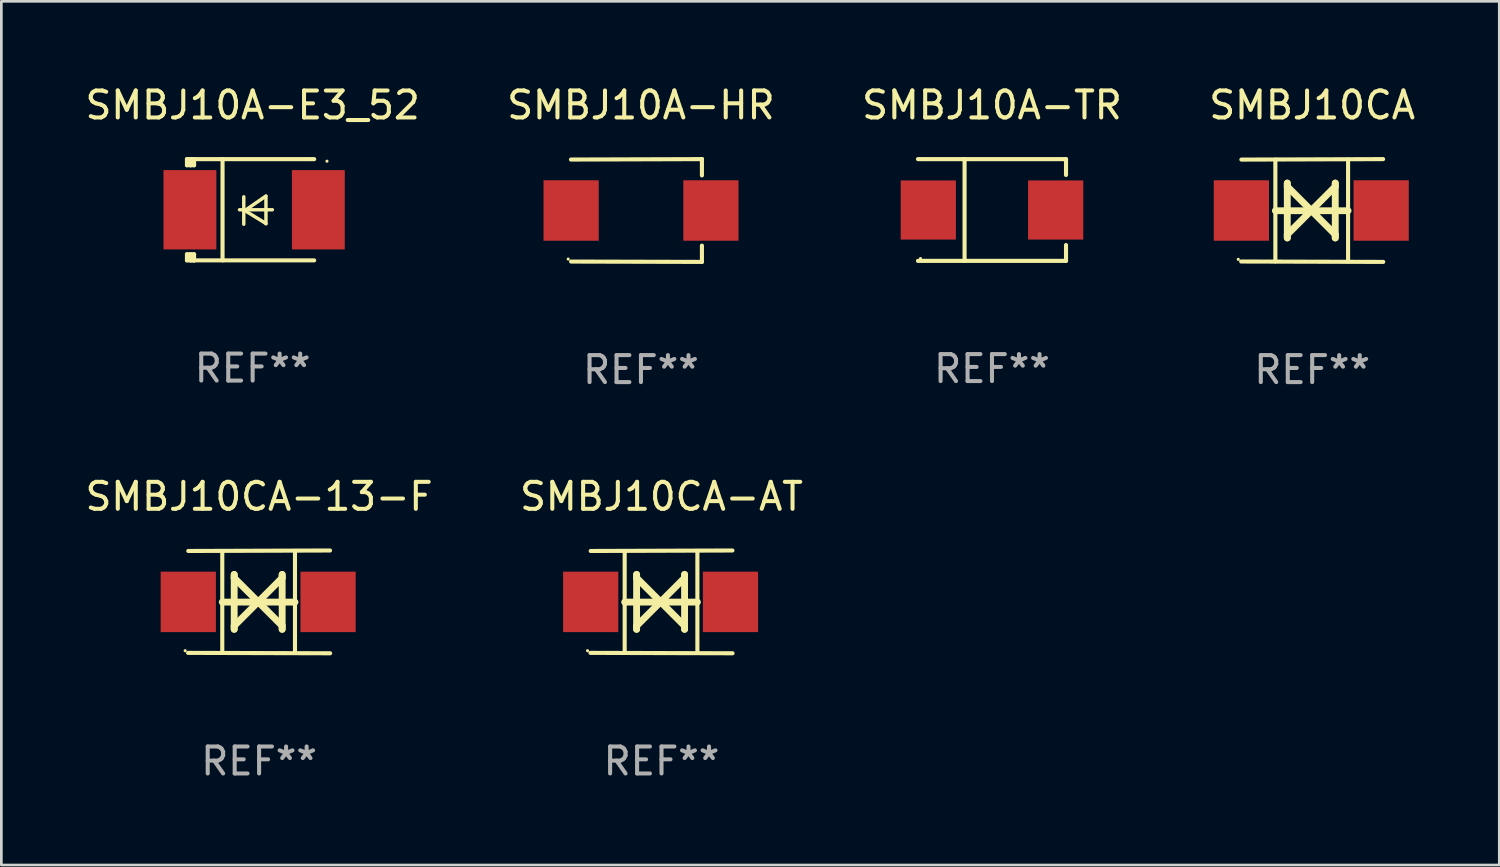
<source format=kicad_pcb>
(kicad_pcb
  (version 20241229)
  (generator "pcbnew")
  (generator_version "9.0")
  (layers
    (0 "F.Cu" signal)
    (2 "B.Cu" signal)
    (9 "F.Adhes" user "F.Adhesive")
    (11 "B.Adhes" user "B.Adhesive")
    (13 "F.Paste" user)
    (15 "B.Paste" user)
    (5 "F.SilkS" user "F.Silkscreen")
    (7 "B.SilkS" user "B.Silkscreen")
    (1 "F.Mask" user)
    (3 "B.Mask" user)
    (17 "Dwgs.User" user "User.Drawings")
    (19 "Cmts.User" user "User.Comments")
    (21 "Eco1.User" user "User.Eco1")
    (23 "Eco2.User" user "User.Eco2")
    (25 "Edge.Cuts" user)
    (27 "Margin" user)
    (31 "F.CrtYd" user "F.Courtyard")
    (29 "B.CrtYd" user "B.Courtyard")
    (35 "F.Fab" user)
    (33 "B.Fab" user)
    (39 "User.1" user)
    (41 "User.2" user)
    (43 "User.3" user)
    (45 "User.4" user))
  (footprint "SMBJ10CA"
    (layer "F.Cu")
    (at 45.589 4.753)
    (property "Reference" "SMBJ10CA" (at 0 -3.905 0) (layer "F.SilkS") (effects (font (size 1 1) (thickness 0.15))))
    (attr through_hole)
    (fp_line (start -1.365 1.886) (end -1.365 -1.886) (stroke (width 0.152) (type solid)) (layer "F.SilkS"))
    (fp_line (start -1.365 0.008) (end 1.33 0.008) (stroke (width 0.254) (type solid)) (layer "F.SilkS"))
    (fp_line (start -0.923 -1.016) (end -0.923 1.016) (stroke (width 0.254) (type solid)) (layer "F.SilkS"))
    (fp_line (start -0.923 -0.889) (end -0.923 -1.016) (stroke (width 0.254) (type solid)) (layer "F.SilkS"))
    (fp_line (start -0.923 0.889) (end -0.034 0) (stroke (width 0.254) (type solid)) (layer "F.SilkS"))
    (fp_line (start -0.923 1.016) (end -0.923 0.889) (stroke (width 0.254) (type solid)) (layer "F.SilkS"))
    (fp_line (start -0.034 0) (end -0.923 -0.889) (stroke (width 0.254) (type solid)) (layer "F.SilkS"))
    (fp_line (start -0.034 0) (end 0.855 0.889) (stroke (width 0.254) (type solid)) (layer "F.SilkS"))
    (fp_line (start 0.855 -1.016) (end 0.855 -0.889) (stroke (width 0.254) (type solid)) (layer "F.SilkS"))
    (fp_line (start 0.855 -0.889) (end -0.034 0) (stroke (width 0.254) (type solid)) (layer "F.SilkS"))
    (fp_line (start 0.855 0.889) (end 0.855 1.016) (stroke (width 0.254) (type solid)) (layer "F.SilkS"))
    (fp_line (start 0.855 1.016) (end 0.855 -1.016) (stroke (width 0.254) (type solid)) (layer "F.SilkS"))
    (fp_line (start 1.33 1.886) (end 1.33 -1.886) (stroke (width 0.152) (type solid)) (layer "F.SilkS"))
    (fp_line (start 2.629 -1.905) (end -2.625 -1.887) (stroke (width 0.152) (type solid)) (layer "F.SilkS"))
    (fp_line (start 2.633 1.905) (end -2.633 1.89) (stroke (width 0.152) (type solid)) (layer "F.SilkS"))
    (fp_circle (center -2.741 1.81) (end -2.711 1.81) (stroke (width 0.06) (type solid)) (fill no) (layer "F.SilkS"))
    (fp_text user "REF**" (at 0 5.905 0) (layer "F.Fab") (effects (font (size 1 1) (thickness 0.15))))
    (pad "1" smd rect (at -2.625 0) (size 2.047 2.241) (layers "F.Cu" "F.Mask" "F.Paste"))
    (pad "2" smd rect (at 2.557 0) (size 2.047 2.241) (layers "F.Cu" "F.Mask" "F.Paste")))
  (footprint "SMBJ10CA-13-F"
    (layer "F.Cu")
    (at 6.554 19.26)
    (property "Reference" "SMBJ10CA-13-F" (at 0 -3.905 0) (layer "F.SilkS") (effects (font (size 1 1) (thickness 0.15))))
    (attr through_hole)
    (fp_line (start -1.365 1.886) (end -1.365 -1.886) (stroke (width 0.152) (type solid)) (layer "F.SilkS"))
    (fp_line (start -1.365 0.008) (end 1.33 0.008) (stroke (width 0.254) (type solid)) (layer "F.SilkS"))
    (fp_line (start -0.923 -1.016) (end -0.923 1.016) (stroke (width 0.254) (type solid)) (layer "F.SilkS"))
    (fp_line (start -0.923 -0.889) (end -0.923 -1.016) (stroke (width 0.254) (type solid)) (layer "F.SilkS"))
    (fp_line (start -0.923 0.889) (end -0.034 0) (stroke (width 0.254) (type solid)) (layer "F.SilkS"))
    (fp_line (start -0.923 1.016) (end -0.923 0.889) (stroke (width 0.254) (type solid)) (layer "F.SilkS"))
    (fp_line (start -0.034 0) (end -0.923 -0.889) (stroke (width 0.254) (type solid)) (layer "F.SilkS"))
    (fp_line (start -0.034 0) (end 0.855 0.889) (stroke (width 0.254) (type solid)) (layer "F.SilkS"))
    (fp_line (start 0.855 -1.016) (end 0.855 -0.889) (stroke (width 0.254) (type solid)) (layer "F.SilkS"))
    (fp_line (start 0.855 -0.889) (end -0.034 0) (stroke (width 0.254) (type solid)) (layer "F.SilkS"))
    (fp_line (start 0.855 0.889) (end 0.855 1.016) (stroke (width 0.254) (type solid)) (layer "F.SilkS"))
    (fp_line (start 0.855 1.016) (end 0.855 -1.016) (stroke (width 0.254) (type solid)) (layer "F.SilkS"))
    (fp_line (start 1.33 1.886) (end 1.33 -1.886) (stroke (width 0.152) (type solid)) (layer "F.SilkS"))
    (fp_line (start 2.629 -1.905) (end -2.625 -1.887) (stroke (width 0.152) (type solid)) (layer "F.SilkS"))
    (fp_line (start 2.633 1.905) (end -2.633 1.89) (stroke (width 0.152) (type solid)) (layer "F.SilkS"))
    (fp_circle (center -2.741 1.81) (end -2.711 1.81) (stroke (width 0.06) (type solid)) (fill no) (layer "F.SilkS"))
    (fp_text user "REF**" (at 0 5.905 0) (layer "F.Fab") (effects (font (size 1 1) (thickness 0.15))))
    (pad "1" smd rect (at -2.625 0) (size 2.047 2.241) (layers "F.Cu" "F.Mask" "F.Paste"))
    (pad "2" smd rect (at 2.557 0) (size 2.047 2.241) (layers "F.Cu" "F.Mask" "F.Paste")))
  (footprint "SMBJ10A-E3_52"
    (layer "F.Cu")
    (at 6.315 4.725)
    (property "Reference" "SMBJ10A-E3_52" (at 0 -3.876 0) (layer "F.SilkS") (effects (font (size 1 1) (thickness 0.15))))
    (attr through_hole)
    (fp_line (start -2.435 1.65) (end -2.171 1.65) (stroke (width 0.152) (type solid)) (layer "F.SilkS"))
    (fp_line (start -2.435 1.876) (end -2.435 1.65) (stroke (width 0.152) (type solid)) (layer "F.SilkS"))
    (fp_line (start -2.435 -1.876) (end -2.171 -1.876) (stroke (width 0.152) (type solid)) (layer "F.SilkS"))
    (fp_line (start -2.435 -1.65) (end -2.435 -1.876) (stroke (width 0.152) (type solid)) (layer "F.SilkS"))
    (fp_line (start -2.305 -1.866) (end -2.295 -1.876) (stroke (width 0.152) (type solid)) (layer "F.SilkS"))
    (fp_line (start -2.305 -1.65) (end -2.305 -1.866) (stroke (width 0.152) (type solid)) (layer "F.SilkS"))
    (fp_line (start -2.305 1.876) (end -2.305 1.65) (stroke (width 0.152) (type solid)) (layer "F.SilkS"))
    (fp_line (start -2.295 -1.876) (end -2.295 -1.65) (stroke (width 0.152) (type solid)) (layer "F.SilkS"))
    (fp_line (start -2.171 1.876) (end -2.435 1.876) (stroke (width 0.152) (type solid)) (layer "F.SilkS"))
    (fp_line (start -2.171 -1.65) (end -2.435 -1.65) (stroke (width 0.152) (type solid)) (layer "F.SilkS"))
    (fp_line (start -2.171 -1.876) (end -2.295 -1.876) (stroke (width 0.152) (type solid)) (layer "F.SilkS"))
    (fp_line (start -2.171 -1.65) (end -2.171 -1.876) (stroke (width 0.152) (type solid)) (layer "F.SilkS"))
    (fp_line (start -2.171 1.876) (end -2.305 1.876) (stroke (width 0.152) (type solid)) (layer "F.SilkS"))
    (fp_line (start -2.171 1.876) (end -2.171 1.65) (stroke (width 0.152) (type solid)) (layer "F.SilkS"))
    (fp_line (start -1.116 1.876) (end -1.116 -1.876) (stroke (width 0.152) (type solid)) (layer "F.SilkS"))
    (fp_line (start -0.488 0.000102) (end 0.731 0.000102) (stroke (width 0.127) (type solid)) (layer "F.SilkS"))
    (fp_line (start -0.329 -0.48) (end -0.329 0.536) (stroke (width 0.127) (type solid)) (layer "F.SilkS"))
    (fp_line (start -0.29 0.03) (end 0.493 0.51) (stroke (width 0.127) (type solid)) (layer "F.SilkS"))
    (fp_line (start 0.493 -0.51) (end -0.29 0.03) (stroke (width 0.127) (type solid)) (layer "F.SilkS"))
    (fp_line (start 0.493 0.52) (end 0.493 -0.496) (stroke (width 0.127) (type solid)) (layer "F.SilkS"))
    (fp_line (start 2.281 -1.876) (end -2.171 -1.876) (stroke (width 0.152) (type solid)) (layer "F.SilkS"))
    (fp_line (start 2.281 1.876) (end -2.171 1.876) (stroke (width 0.152) (type solid)) (layer "F.SilkS"))
    (fp_circle (center 2.755 -1.8) (end 2.785 -1.8) (stroke (width 0.06) (type solid)) (fill no) (layer "F.SilkS"))
    (fp_text user "REF**" (at 0 5.876 0) (layer "F.Fab") (effects (font (size 1 1) (thickness 0.15))))
    (pad "1" smd rect (at 2.435 -0.000025 180) (size 1.96 2.94) (layers "F.Cu" "F.Mask" "F.Paste"))
    (pad "2" smd rect (at -2.325 -0.000025 180) (size 1.96 2.94) (layers "F.Cu" "F.Mask" "F.Paste")))
  (footprint "SMBJ10CA-AT"
    (layer "F.Cu")
    (at 21.47 19.26)
    (property "Reference" "SMBJ10CA-AT" (at 0 -3.905 0) (layer "F.SilkS") (effects (font (size 1 1) (thickness 0.15))))
    (attr through_hole)
    (fp_line (start -1.365 1.886) (end -1.365 -1.886) (stroke (width 0.152) (type solid)) (layer "F.SilkS"))
    (fp_line (start -1.365 0.008) (end 1.33 0.008) (stroke (width 0.254) (type solid)) (layer "F.SilkS"))
    (fp_line (start -0.923 -1.016) (end -0.923 1.016) (stroke (width 0.254) (type solid)) (layer "F.SilkS"))
    (fp_line (start -0.923 -0.889) (end -0.923 -1.016) (stroke (width 0.254) (type solid)) (layer "F.SilkS"))
    (fp_line (start -0.923 0.889) (end -0.034 0) (stroke (width 0.254) (type solid)) (layer "F.SilkS"))
    (fp_line (start -0.923 1.016) (end -0.923 0.889) (stroke (width 0.254) (type solid)) (layer "F.SilkS"))
    (fp_line (start -0.034 0) (end -0.923 -0.889) (stroke (width 0.254) (type solid)) (layer "F.SilkS"))
    (fp_line (start -0.034 0) (end 0.855 0.889) (stroke (width 0.254) (type solid)) (layer "F.SilkS"))
    (fp_line (start 0.855 -1.016) (end 0.855 -0.889) (stroke (width 0.254) (type solid)) (layer "F.SilkS"))
    (fp_line (start 0.855 -0.889) (end -0.034 0) (stroke (width 0.254) (type solid)) (layer "F.SilkS"))
    (fp_line (start 0.855 0.889) (end 0.855 1.016) (stroke (width 0.254) (type solid)) (layer "F.SilkS"))
    (fp_line (start 0.855 1.016) (end 0.855 -1.016) (stroke (width 0.254) (type solid)) (layer "F.SilkS"))
    (fp_line (start 1.33 1.886) (end 1.33 -1.886) (stroke (width 0.152) (type solid)) (layer "F.SilkS"))
    (fp_line (start 2.629 -1.905) (end -2.625 -1.887) (stroke (width 0.152) (type solid)) (layer "F.SilkS"))
    (fp_line (start 2.633 1.905) (end -2.633 1.89) (stroke (width 0.152) (type solid)) (layer "F.SilkS"))
    (fp_circle (center -2.741 1.81) (end -2.711 1.81) (stroke (width 0.06) (type solid)) (fill no) (layer "F.SilkS"))
    (fp_text user "REF**" (at 0 5.905 0) (layer "F.Fab") (effects (font (size 1 1) (thickness 0.15))))
    (pad "1" smd rect (at -2.625 0) (size 2.047 2.241) (layers "F.Cu" "F.Mask" "F.Paste"))
    (pad "2" smd rect (at 2.557 0) (size 2.047 2.241) (layers "F.Cu" "F.Mask" "F.Paste")))
  (footprint "SMBJ10A-TR"
    (layer "F.Cu")
    (at 33.72 4.734)
    (property "Reference" "SMBJ10A-TR" (at 0 -3.886 0) (layer "F.SilkS") (effects (font (size 1 1) (thickness 0.15))))
    (attr through_hole)
    (fp_line (start -2.744 -1.886) (end 2.744 -1.886) (stroke (width 0.152) (type solid)) (layer "F.SilkS"))
    (fp_line (start -2.744 1.886) (end 2.744 1.886) (stroke (width 0.152) (type solid)) (layer "F.SilkS"))
    (fp_line (start -1.016 -1.886) (end -1.016 1.886) (stroke (width 0.152) (type solid)) (layer "F.SilkS"))
    (fp_line (start 2.744 -1.886) (end 2.744 -1.299) (stroke (width 0.152) (type solid)) (layer "F.SilkS"))
    (fp_line (start 2.744 1.886) (end 2.744 1.299) (stroke (width 0.152) (type solid)) (layer "F.SilkS"))
    (fp_circle (center -2.65 1.8) (end -2.62 1.8) (stroke (width 0.06) (type solid)) (fill no) (layer "F.SilkS"))
    (fp_text user "REF**" (at 0 5.886 0) (layer "F.Fab") (effects (font (size 1 1) (thickness 0.15))))
    (pad "1" smd rect (at -2.361 0) (size 2.047 2.192) (layers "F.Cu" "F.Mask" "F.Paste"))
    (pad "2" smd rect (at 2.361 0) (size 2.047 2.192) (layers "F.Cu" "F.Mask" "F.Paste")))
  (footprint "SMBJ10A-HR"
    (layer "F.Cu")
    (at 20.708 4.753)
    (property "Reference" "SMBJ10A-HR" (at 0 -3.905 0) (layer "F.SilkS") (effects (font (size 1 1) (thickness 0.15))))
    (attr through_hole)
    (fp_line (start 2.256 -1.905) (end -2.594 -1.889) (stroke (width 0.152) (type solid)) (layer "F.SilkS"))
    (fp_line (start 2.256 -1.905) (end 2.26 -1.905) (stroke (width 0.152) (type solid)) (layer "F.SilkS"))
    (fp_line (start 2.26 -1.905) (end 2.26 -1.301) (stroke (width 0.152) (type solid)) (layer "F.SilkS"))
    (fp_line (start 2.26 1.301) (end 2.26 1.905) (stroke (width 0.152) (type solid)) (layer "F.SilkS"))
    (fp_line (start 2.26 1.905) (end -2.59 1.892) (stroke (width 0.152) (type solid)) (layer "F.SilkS"))
    (fp_circle (center -2.697 1.8) (end -2.667 1.8) (stroke (width 0.06) (type solid)) (fill no) (layer "F.SilkS"))
    (fp_text user "REF**" (at 0 5.905 0) (layer "F.Fab") (effects (font (size 1 1) (thickness 0.15))))
    (pad "1" smd rect (at -2.588 0) (size 2.047 2.241) (layers "F.Cu" "F.Mask" "F.Paste"))
    (pad "2" smd rect (at 2.594 0) (size 2.047 2.241) (layers "F.Cu" "F.Mask" "F.Paste")))
  (gr_rect
    (start -3 -3)
    (end 52.524 29.013)
    (stroke (width 0.1) (type default))
    (fill no)
    (layer "Edge.Cuts")))
</source>
